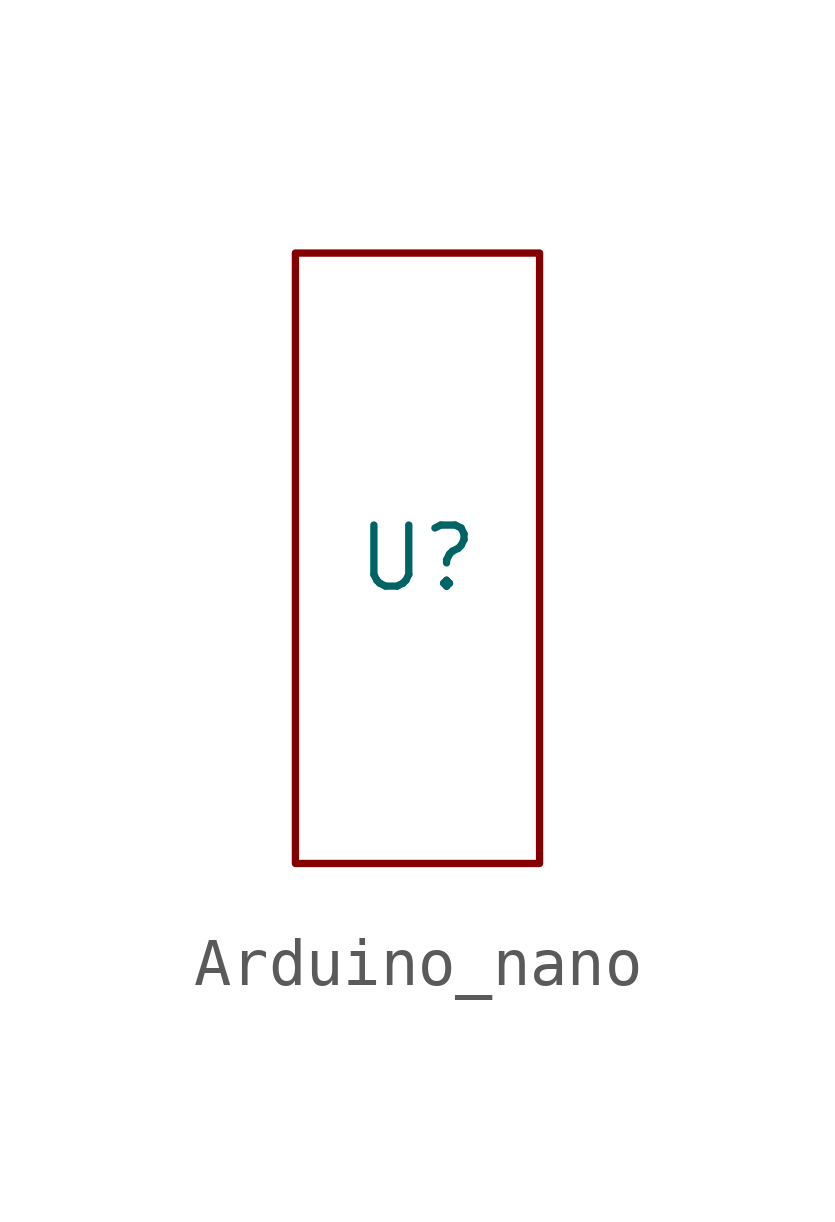
<source format=kicad_sym>
(kicad_symbol_lib
  (version 20220914)
  (generator kicad_symbol_editor)
  (symbol "Arduino_nano"
    (property "Reference" "U"
      (at 0 0 0)
      (effects (font (size 1.27 1.27))))
    (property "Value" ""
      (at 0 0 0)
      (effects (font (size 1.27 1.27))))
    (symbol "Arduino_nano_0_1"
      (rectangle (start -2.54 6.35) (end 2.54 -6.35) (stroke (width 0) (type default)) (fill (type none))))))
</source>
